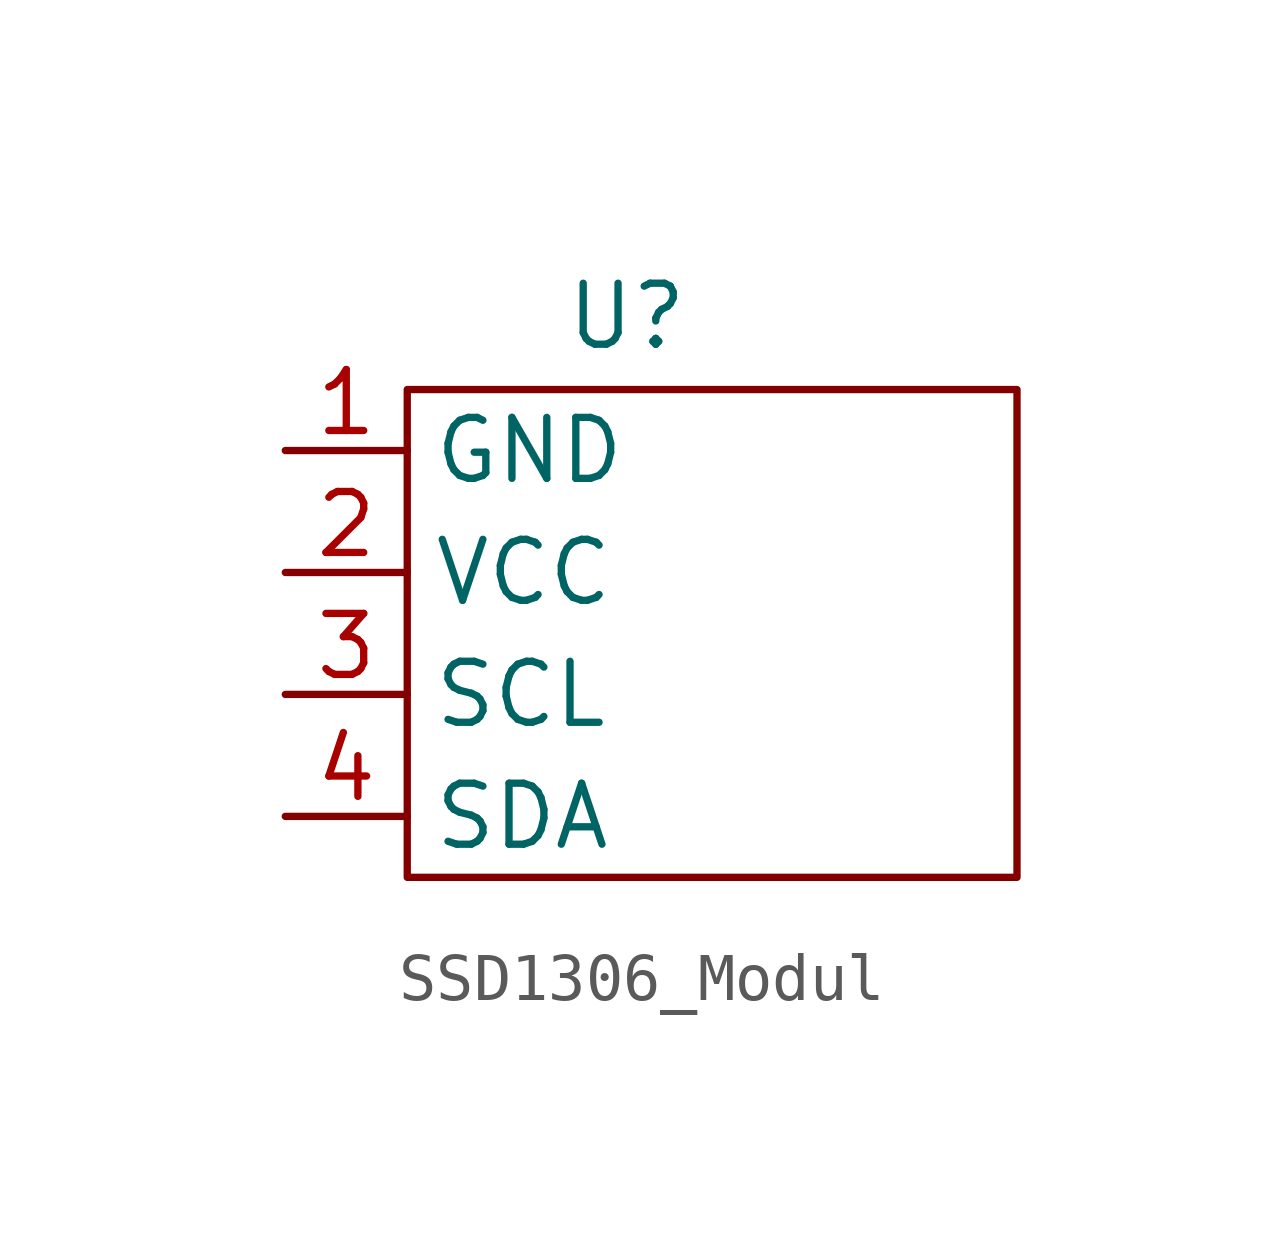
<source format=kicad_sym>
(kicad_symbol_lib
  (version 20241209)
  (generator "kicad_symbol_editor")
  (generator_version "9.0")
  (symbol "SSD1306_Modul"
    (property "Reference" "U"
      (at -0.508 -1.016 0)
      (effects (font (size 1.27 1.27))))
    (property "Value" ""
      (at 0 0 0)
      (effects (font (size 1.27 1.27))))
    (symbol "SSD1306_Modul_0_1"
      (rectangle (start -5.08 -2.54) (end 7.62 -12.7) (stroke (width 0) (type default)) (fill (type none))))
    (symbol "SSD1306_Modul_1_1"
      (pin input line (at -7.62 -3.81 0) (length 2.54) (name "GND" (effects (font (size 1.27 1.27)))) (number "1" (effects (font (size 1.27 1.27)))))
      (pin input line (at -7.62 -6.35 0) (length 2.54) (name "VCC" (effects (font (size 1.27 1.27)))) (number "2" (effects (font (size 1.27 1.27)))))
      (pin input line (at -7.62 -8.89 0) (length 2.54) (name "SCL" (effects (font (size 1.27 1.27)))) (number "3" (effects (font (size 1.27 1.27)))))
      (pin input line (at -7.62 -11.43 0) (length 2.54) (name "SDA" (effects (font (size 1.27 1.27)))) (number "4" (effects (font (size 1.27 1.27))))))))
</source>
